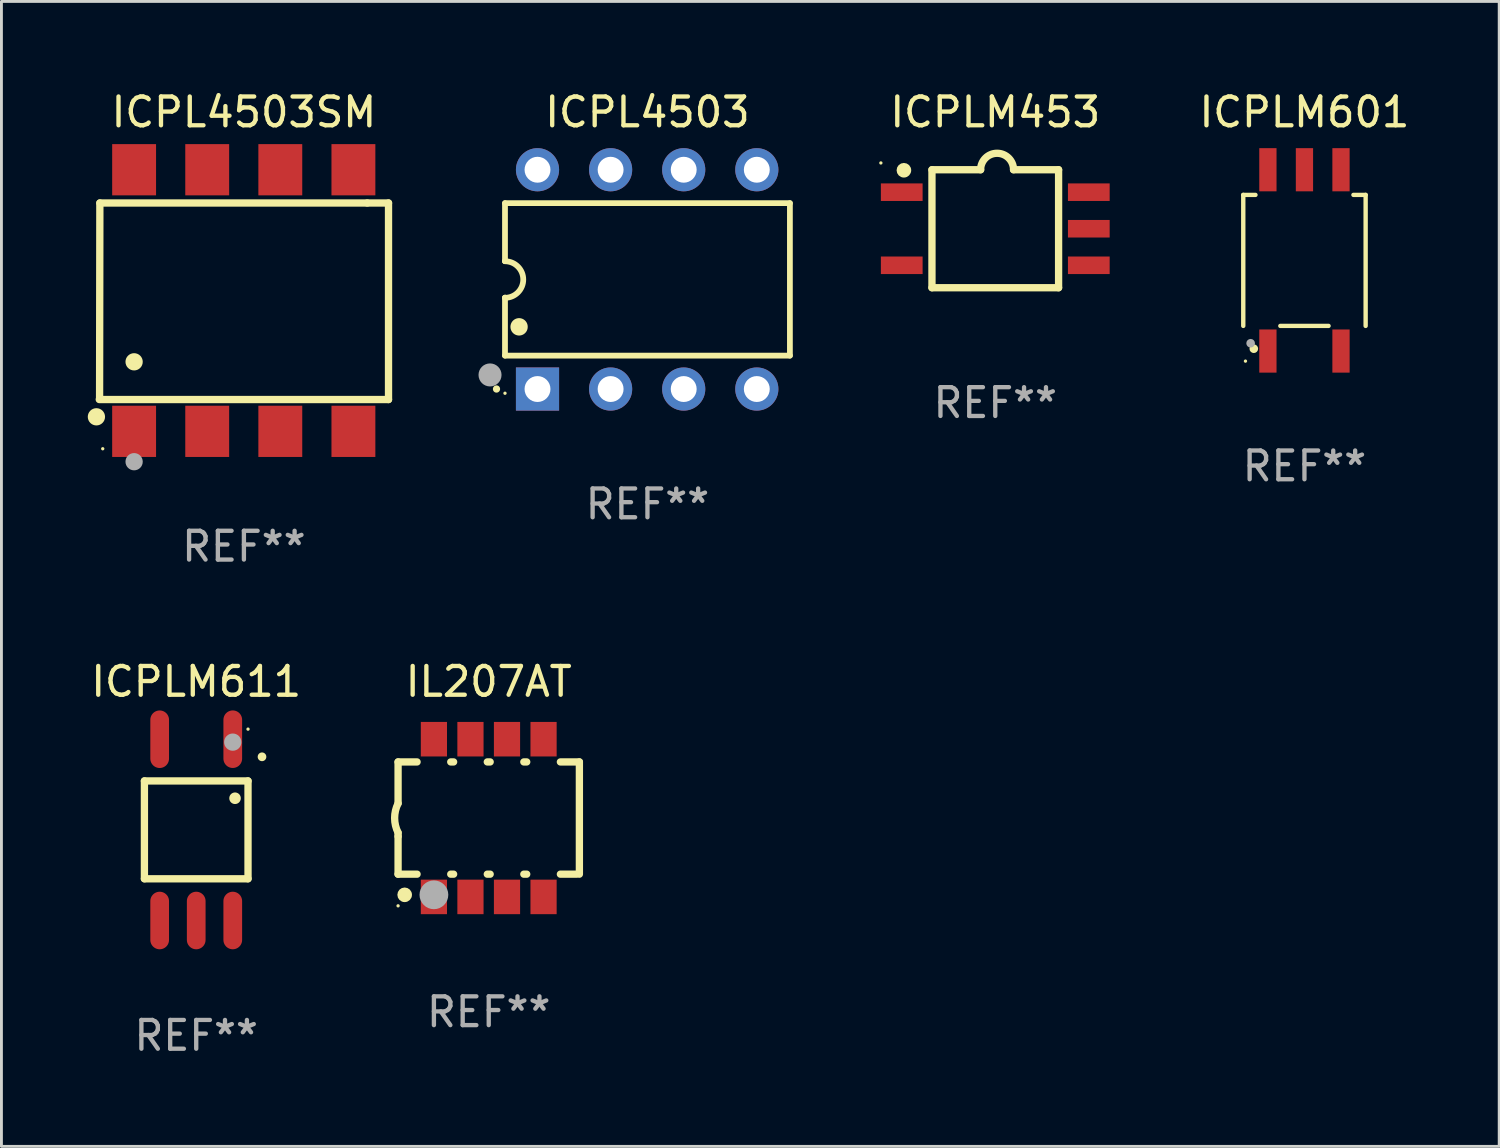
<source format=kicad_pcb>
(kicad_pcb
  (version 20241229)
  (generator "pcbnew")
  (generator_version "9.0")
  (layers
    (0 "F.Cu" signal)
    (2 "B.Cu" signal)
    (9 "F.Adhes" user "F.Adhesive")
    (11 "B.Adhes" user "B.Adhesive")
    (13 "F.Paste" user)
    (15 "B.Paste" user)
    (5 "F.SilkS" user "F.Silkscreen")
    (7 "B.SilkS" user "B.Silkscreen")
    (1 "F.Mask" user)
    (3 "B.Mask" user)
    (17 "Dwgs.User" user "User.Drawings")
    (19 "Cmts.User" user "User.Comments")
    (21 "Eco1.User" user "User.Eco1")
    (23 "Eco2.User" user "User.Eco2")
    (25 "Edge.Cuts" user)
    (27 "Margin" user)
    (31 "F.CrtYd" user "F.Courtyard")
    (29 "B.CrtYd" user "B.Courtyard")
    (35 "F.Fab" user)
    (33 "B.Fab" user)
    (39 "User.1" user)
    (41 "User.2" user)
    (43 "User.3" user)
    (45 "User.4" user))
  (footprint "ICPLM453"
    (layer "F.Cu")
    (at 31.533 4.898)
    (property "Reference" "ICPLM453" (at 0 -4.05 0) (layer "F.SilkS") (effects (font (size 1 1) (thickness 0.15))))
    (attr through_hole)
    (fp_line (start -2.2 -2.05) (end -0.508 -2.05) (stroke (width 0.254) (type solid)) (layer "F.SilkS"))
    (fp_line (start -2.2 2.05) (end -2.2 -2.05) (stroke (width 0.254) (type solid)) (layer "F.SilkS"))
    (fp_line (start 2.2 -2.05) (end 0.635 -2.05) (stroke (width 0.254) (type solid)) (layer "F.SilkS"))
    (fp_line (start 2.2 -2.05) (end 2.2 2.05) (stroke (width 0.254) (type solid)) (layer "F.SilkS"))
    (fp_line (start 2.2 2.05) (end -2.2 2.05) (stroke (width 0.254) (type solid)) (layer "F.SilkS"))
    (fp_arc (start -0.50927 -2.049784) (mid 0.062739 -2.621894) (end 0.63495 -2.049987) (stroke (width 0.254001) (type solid)) (layer "F.SilkS"))
    (fp_circle (center -3.975 -2.286) (end -3.945 -2.286) (stroke (width 0.06) (type solid)) (fill no) (layer "F.SilkS"))
    (fp_circle (center -3.175 -2.032) (end -3.048 -2.032) (stroke (width 0.254) (type solid)) (fill no) (layer "F.SilkS"))
    (fp_text user "REF**" (at 0 6.05 0) (layer "F.Fab") (effects (font (size 1 1) (thickness 0.15))))
    (pad "1" smd rect (at -3.25 -1.27) (size 1.45 0.61) (layers "F.Cu" "F.Mask" "F.Paste"))
    (pad "3" smd rect (at -3.25 1.27) (size 1.45 0.61) (layers "F.Cu" "F.Mask" "F.Paste"))
    (pad "4" smd rect (at 3.25 1.27) (size 1.45 0.61) (layers "F.Cu" "F.Mask" "F.Paste"))
    (pad "5" smd rect (at 3.25 0) (size 1.45 0.61) (layers "F.Cu" "F.Mask" "F.Paste"))
    (pad "6" smd rect (at 3.25 -1.27) (size 1.45 0.61) (layers "F.Cu" "F.Mask" "F.Paste")))
  (footprint "ICPL4503"
    (layer "F.Cu")
    (at 19.447 6.658)
    (property "Reference" "ICPL4503" (at 0 -5.81 0) (layer "F.SilkS") (effects (font (size 1 1) (thickness 0.15))))
    (attr through_hole)
    (fp_line (start -4.95 -2.649) (end 4.95 -2.649) (stroke (width 0.2) (type solid)) (layer "F.SilkS"))
    (fp_line (start -4.95 -0.635) (end -4.95 -2.649) (stroke (width 0.2) (type solid)) (layer "F.SilkS"))
    (fp_line (start -4.95 0.635) (end -4.95 0.64) (stroke (width 0.2) (type solid)) (layer "F.SilkS"))
    (fp_line (start -4.95 2.649) (end -4.95 0.635) (stroke (width 0.2) (type solid)) (layer "F.SilkS"))
    (fp_line (start -4.95 -0.64) (end -4.95 -0.635) (stroke (width 0.2) (type solid)) (layer "F.SilkS"))
    (fp_line (start 4.95 -2.649) (end 4.95 2.649) (stroke (width 0.2) (type solid)) (layer "F.SilkS"))
    (fp_line (start 4.95 2.649) (end -4.95 2.649) (stroke (width 0.2) (type solid)) (layer "F.SilkS"))
    (fp_arc (start -5.24511 3.810008) (mid -5.245117 3.808738) (end -5.24511 3.807468) (stroke (width 0.25) (type solid)) (layer "F.SilkS"))
    (fp_arc (start -4.950165 -0.629997) (mid -4.315164 0.005004) (end -4.950165 0.640005) (stroke (width 0.2) (type solid)) (layer "F.SilkS"))
    (fp_arc (start -4.460249 1.651003) (mid -4.46026 1.648463) (end -4.460249 1.645923) (stroke (width 0.6) (type solid)) (layer "F.SilkS"))
    (fp_circle (center -4.95 3.956) (end -4.92 3.956) (stroke (width 0.06) (type solid)) (fill no) (layer "F.SilkS"))
    (fp_circle (center -5.47 3.32) (end -5.27 3.32) (stroke (width 0.4) (type solid)) (fill no) (layer "F.Fab"))
    (fp_text user "REF**" (at 0 7.81 0) (layer "F.Fab") (effects (font (size 1 1) (thickness 0.15))))
    (pad "1" thru_hole rect (at -3.82 3.81) (size 1.5 1.5) (drill 0.9) (layers "*.Cu" "*.Mask"))
    (pad "2" thru_hole circle (at -1.28 3.81) (size 1.5 1.5) (drill 0.9) (layers "*.Cu" "*.Mask"))
    (pad "3" thru_hole circle (at 1.26 3.81) (size 1.5 1.5) (drill 0.9) (layers "*.Cu" "*.Mask"))
    (pad "4" thru_hole circle (at 3.8 3.81) (size 1.5 1.5) (drill 0.9) (layers "*.Cu" "*.Mask"))
    (pad "5" thru_hole circle (at 3.8 -3.81) (size 1.5 1.5) (drill 0.9) (layers "*.Cu" "*.Mask"))
    (pad "6" thru_hole circle (at 1.26 -3.81) (size 1.5 1.5) (drill 0.9) (layers "*.Cu" "*.Mask"))
    (pad "7" thru_hole circle (at -1.28 -3.81) (size 1.5 1.5) (drill 0.9) (layers "*.Cu" "*.Mask"))
    (pad "8" thru_hole circle (at -3.82 -3.81) (size 1.5 1.5) (drill 0.9) (layers "*.Cu" "*.Mask")))
  (footprint "ICPLM611"
    (layer "F.Cu")
    (at 3.768 25.785)
    (property "Reference" "ICPLM611" (at 0 -5.15 0) (layer "F.SilkS") (effects (font (size 1 1) (thickness 0.15))))
    (attr through_hole)
    (fp_line (start -1.8 -1.7) (end -1.8 1.7) (stroke (width 0.254) (type solid)) (layer "F.SilkS"))
    (fp_line (start -1.8 1.7) (end 1.8 1.7) (stroke (width 0.254) (type solid)) (layer "F.SilkS"))
    (fp_line (start 1.8 -1.7) (end -1.8 -1.7) (stroke (width 0.254) (type solid)) (layer "F.SilkS"))
    (fp_line (start 1.8 1.7) (end 1.8 -1.7) (stroke (width 0.254) (type solid)) (layer "F.SilkS"))
    (fp_arc (start 1.34873 -1.097003) (mid 1.348726 -1.098273) (end 1.34873 -1.099543) (stroke (width 0.4) (type solid)) (layer "F.SilkS"))
    (fp_arc (start 2.285891 -2.536423) (mid 2.285894 -2.538163) (end 2.285916 -2.539903) (stroke (width 0.3) (type solid)) (layer "F.SilkS"))
    (fp_circle (center 1.8 -3.5) (end 1.83 -3.5) (stroke (width 0.06) (type solid)) (fill no) (layer "F.SilkS"))
    (fp_circle (center 1.27 -3.048) (end 1.42 -3.048) (stroke (width 0.3) (type solid)) (fill no) (layer "F.Fab"))
    (fp_text user "REF**" (at 0 7.15 0) (layer "F.Fab") (effects (font (size 1 1) (thickness 0.15))))
    (pad "1" smd oval (at 1.27 -3.15) (size 0.65 2) (layers "F.Cu" "F.Mask" "F.Paste"))
    (pad "3" smd oval (at -1.27 -3.149) (size 0.65 2) (layers "F.Cu" "F.Mask" "F.Paste"))
    (pad "4" smd oval (at -1.27 3.15) (size 0.65 2) (layers "F.Cu" "F.Mask" "F.Paste"))
    (pad "5" smd oval (at 0.000013 3.15) (size 0.65 2) (layers "F.Cu" "F.Mask" "F.Paste"))
    (pad "6" smd oval (at 1.27 3.15) (size 0.65 2) (layers "F.Cu" "F.Mask" "F.Paste")))
  (footprint "ICPL4503SM"
    (layer "F.Cu")
    (at 5.425 7.393)
    (property "Reference" "ICPL4503SM" (at 0 -6.545 0) (layer "F.SilkS") (effects (font (size 1 1) (thickness 0.15))))
    (attr through_hole)
    (fp_line (start -5.005 -3.39) (end -5.015 3.42) (stroke (width 0.254) (type solid)) (layer "F.SilkS"))
    (fp_line (start 4.285 -3.39) (end -5.005 -3.39) (stroke (width 0.254) (type solid)) (layer "F.SilkS"))
    (fp_line (start 4.285 -3.39) (end 5.025 -3.39) (stroke (width 0.254) (type solid)) (layer "F.SilkS"))
    (fp_line (start 5.025 -3.39) (end 5.025 3.44) (stroke (width 0.254) (type solid)) (layer "F.SilkS"))
    (fp_line (start 5.025 3.44) (end -5.025 3.44) (stroke (width 0.254) (type solid)) (layer "F.SilkS"))
    (fp_circle (center -5.125 4.04) (end -4.975 4.04) (stroke (width 0.3) (type solid)) (fill no) (layer "F.SilkS"))
    (fp_circle (center -4.905 5.15) (end -4.875 5.15) (stroke (width 0.06) (type solid)) (fill no) (layer "F.SilkS"))
    (fp_circle (center -3.815 2.129) (end -3.665 2.129) (stroke (width 0.3) (type solid)) (fill no) (layer "F.SilkS"))
    (fp_circle (center -3.815 5.6) (end -3.665 5.6) (stroke (width 0.3) (type solid)) (fill no) (layer "F.Fab"))
    (fp_text user "REF**" (at 0 8.545 0) (layer "F.Fab") (effects (font (size 1 1) (thickness 0.15))))
    (pad "1" smd rect (at -3.815 4.545) (size 1.525 1.78) (layers "F.Cu" "F.Mask" "F.Paste"))
    (pad "2" smd rect (at -1.275 4.545) (size 1.525 1.78) (layers "F.Cu" "F.Mask" "F.Paste"))
    (pad "3" smd rect (at 1.265 4.545) (size 1.525 1.78) (layers "F.Cu" "F.Mask" "F.Paste"))
    (pad "4" smd rect (at 3.805 4.545) (size 1.525 1.78) (layers "F.Cu" "F.Mask" "F.Paste"))
    (pad "5" smd rect (at 3.805 -4.545) (size 1.525 1.78) (layers "F.Cu" "F.Mask" "F.Paste"))
    (pad "6" smd rect (at 1.265 -4.545) (size 1.525 1.78) (layers "F.Cu" "F.Mask" "F.Paste"))
    (pad "7" smd rect (at -1.275 -4.545) (size 1.525 1.78) (layers "F.Cu" "F.Mask" "F.Paste"))
    (pad "8" smd rect (at -3.815 -4.545) (size 1.525 1.78) (layers "F.Cu" "F.Mask" "F.Paste")))
  (footprint "ICPLM601"
    (layer "F.Cu")
    (at 42.276 5.998)
    (property "Reference" "ICPLM601" (at 0 -5.15 0) (layer "F.SilkS") (effects (font (size 1 1) (thickness 0.15))))
    (attr through_hole)
    (fp_line (start -2.126 -2.276) (end -2.126 2.276) (stroke (width 0.152) (type solid)) (layer "F.SilkS"))
    (fp_line (start -1.702 -2.276) (end -2.126 -2.276) (stroke (width 0.152) (type solid)) (layer "F.SilkS"))
    (fp_line (start 0.838 2.276) (end -0.838 2.276) (stroke (width 0.152) (type solid)) (layer "F.SilkS"))
    (fp_line (start 1.702 -2.276) (end 2.126 -2.276) (stroke (width 0.152) (type solid)) (layer "F.SilkS"))
    (fp_line (start 2.126 -2.276) (end 2.126 2.276) (stroke (width 0.152) (type solid)) (layer "F.SilkS"))
    (fp_circle (center -2.05 3.5) (end -2.02 3.5) (stroke (width 0.06) (type solid)) (fill no) (layer "F.SilkS"))
    (fp_circle (center -1.76 3.069) (end -1.685 3.069) (stroke (width 0.15) (type solid)) (fill no) (layer "F.SilkS"))
    (fp_circle (center -1.87 2.879) (end -1.795 2.879) (stroke (width 0.15) (type solid)) (fill no) (layer "F.Fab"))
    (fp_text user "REF**" (at 0 7.15 0) (layer "F.Fab") (effects (font (size 1 1) (thickness 0.15))))
    (pad "1" smd rect (at -1.27 3.15 180) (size 0.6 1.5) (layers "F.Cu" "F.Mask" "F.Paste"))
    (pad "3" smd rect (at 1.27 3.15 180) (size 0.6 1.5) (layers "F.Cu" "F.Mask" "F.Paste"))
    (pad "4" smd rect (at 1.27 -3.15 180) (size 0.6 1.5) (layers "F.Cu" "F.Mask" "F.Paste"))
    (pad "5" smd rect (at 0.00014 -3.15 180) (size 0.6 1.5) (layers "F.Cu" "F.Mask" "F.Paste"))
    (pad "6" smd rect (at -1.27 -3.15 180) (size 0.6 1.5) (layers "F.Cu" "F.Mask" "F.Paste")))
  (footprint "IL207AT"
    (layer "F.Cu")
    (at 13.932 25.375)
    (property "Reference" "IL207AT" (at 0 -4.74 0) (layer "F.SilkS") (effects (font (size 1 1) (thickness 0.15))))
    (attr through_hole)
    (fp_line (start -3.15 -1.95) (end -3.15 -0.508) (stroke (width 0.254) (type solid)) (layer "F.SilkS"))
    (fp_line (start -3.15 -1.95) (end -2.49 -1.95) (stroke (width 0.254) (type solid)) (layer "F.SilkS"))
    (fp_line (start -3.15 0.635) (end -3.15 0.508) (stroke (width 0.254) (type solid)) (layer "F.SilkS"))
    (fp_line (start -3.15 1.95) (end -3.15 0.635) (stroke (width 0.254) (type solid)) (layer "F.SilkS"))
    (fp_line (start -3.15 1.95) (end -2.49 1.95) (stroke (width 0.254) (type solid)) (layer "F.SilkS"))
    (fp_line (start -1.32 -1.95) (end -1.22 -1.95) (stroke (width 0.254) (type solid)) (layer "F.SilkS"))
    (fp_line (start -1.32 1.95) (end -1.22 1.95) (stroke (width 0.254) (type solid)) (layer "F.SilkS"))
    (fp_line (start -0.05 1.95) (end 0.05 1.95) (stroke (width 0.254) (type solid)) (layer "F.SilkS"))
    (fp_line (start -0.05 -1.95) (end 0.05 -1.95) (stroke (width 0.254) (type solid)) (layer "F.SilkS"))
    (fp_line (start 1.22 1.95) (end 1.32 1.95) (stroke (width 0.254) (type solid)) (layer "F.SilkS"))
    (fp_line (start 1.22 -1.95) (end 1.32 -1.95) (stroke (width 0.254) (type solid)) (layer "F.SilkS"))
    (fp_line (start 2.49 1.95) (end 3.048 1.95) (stroke (width 0.254) (type solid)) (layer "F.SilkS"))
    (fp_line (start 2.49 -1.95) (end 3.15 -1.95) (stroke (width 0.254) (type solid)) (layer "F.SilkS"))
    (fp_line (start 3.15 -1.95) (end 3.15 1.95) (stroke (width 0.254) (type solid)) (layer "F.SilkS"))
    (fp_arc (start -3.149606 0.507239) (mid -3.269578 -0.000333) (end -3.150013 -0.508001) (stroke (width 0.254001) (type solid)) (layer "F.SilkS"))
    (fp_circle (center -3.15 3.05) (end -3.12 3.05) (stroke (width 0.06) (type solid)) (fill no) (layer "F.SilkS"))
    (fp_circle (center -2.921 2.667) (end -2.794 2.667) (stroke (width 0.254) (type solid)) (fill no) (layer "F.SilkS"))
    (fp_circle (center -1.905 2.667) (end -1.655 2.667) (stroke (width 0.5) (type solid)) (fill no) (layer "F.Fab"))
    (fp_text user "REF**" (at 0 6.74 0) (layer "F.Fab") (effects (font (size 1 1) (thickness 0.15))))
    (pad "1" smd rect (at -1.905 2.74 180) (size 0.91 1.2) (layers "F.Cu" "F.Mask" "F.Paste"))
    (pad "2" smd rect (at -0.635 2.74 180) (size 0.91 1.2) (layers "F.Cu" "F.Mask" "F.Paste"))
    (pad "3" smd rect (at 0.635 2.74 180) (size 0.91 1.2) (layers "F.Cu" "F.Mask" "F.Paste"))
    (pad "4" smd rect (at 1.905 2.74 180) (size 0.91 1.2) (layers "F.Cu" "F.Mask" "F.Paste"))
    (pad "5" smd rect (at 1.905 -2.74 180) (size 0.91 1.2) (layers "F.Cu" "F.Mask" "F.Paste"))
    (pad "6" smd rect (at 0.635 -2.74 180) (size 0.91 1.2) (layers "F.Cu" "F.Mask" "F.Paste"))
    (pad "7" smd rect (at -0.635 -2.74 180) (size 0.91 1.2) (layers "F.Cu" "F.Mask" "F.Paste"))
    (pad "8" smd rect (at -1.905 -2.74 180) (size 0.91 1.2) (layers "F.Cu" "F.Mask" "F.Paste")))
  (gr_rect
    (start -3 -3)
    (end 49.043 36.783)
    (stroke (width 0.1) (type default))
    (fill no)
    (layer "Edge.Cuts")))
</source>
